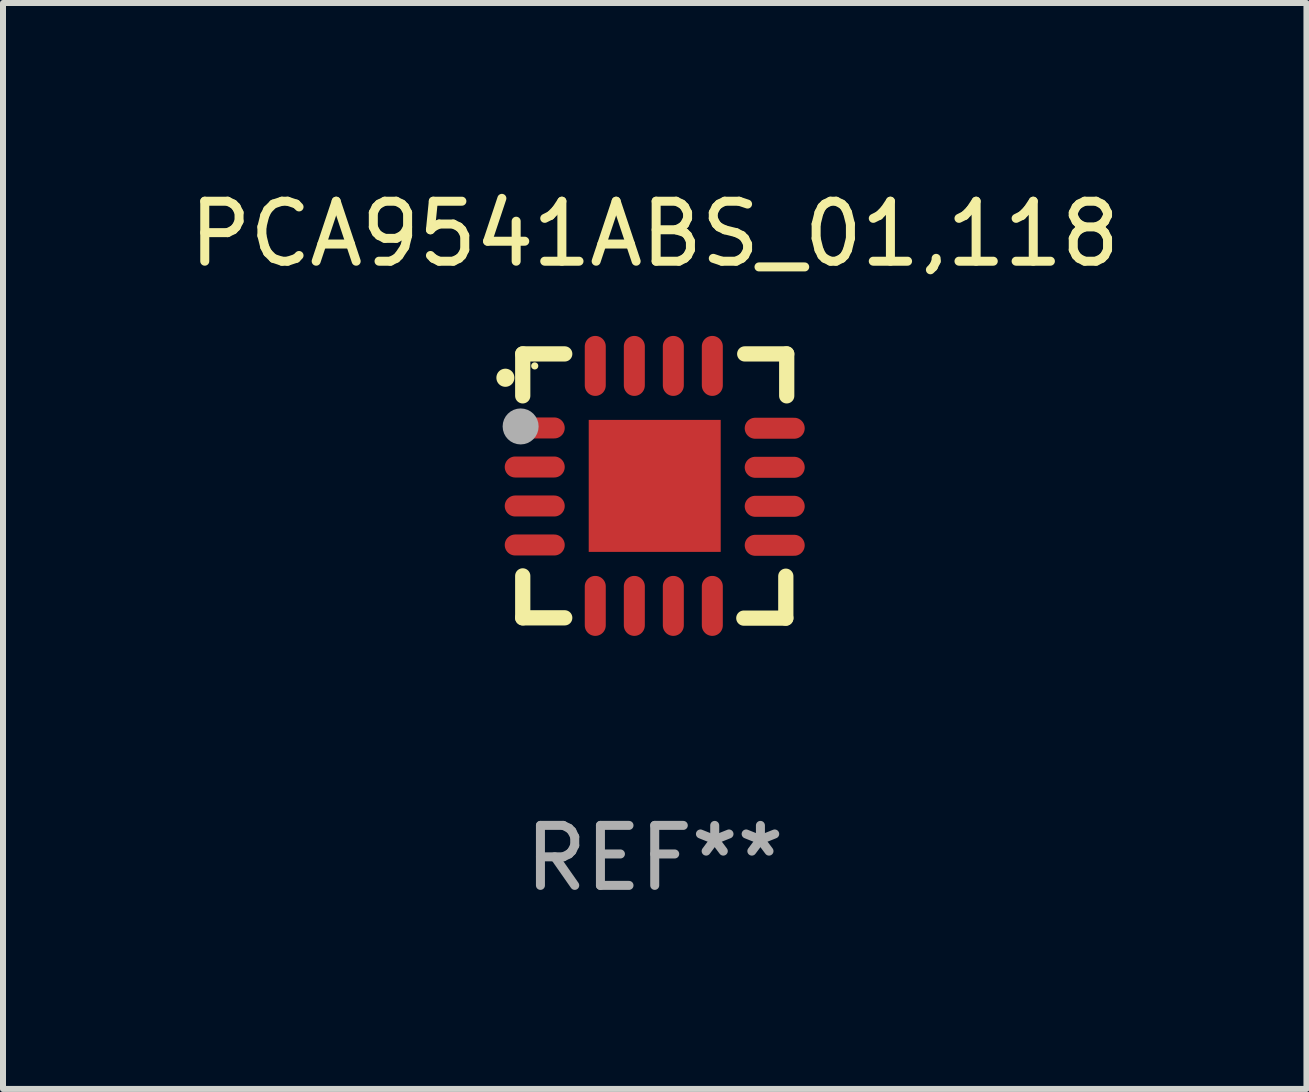
<source format=kicad_pcb>
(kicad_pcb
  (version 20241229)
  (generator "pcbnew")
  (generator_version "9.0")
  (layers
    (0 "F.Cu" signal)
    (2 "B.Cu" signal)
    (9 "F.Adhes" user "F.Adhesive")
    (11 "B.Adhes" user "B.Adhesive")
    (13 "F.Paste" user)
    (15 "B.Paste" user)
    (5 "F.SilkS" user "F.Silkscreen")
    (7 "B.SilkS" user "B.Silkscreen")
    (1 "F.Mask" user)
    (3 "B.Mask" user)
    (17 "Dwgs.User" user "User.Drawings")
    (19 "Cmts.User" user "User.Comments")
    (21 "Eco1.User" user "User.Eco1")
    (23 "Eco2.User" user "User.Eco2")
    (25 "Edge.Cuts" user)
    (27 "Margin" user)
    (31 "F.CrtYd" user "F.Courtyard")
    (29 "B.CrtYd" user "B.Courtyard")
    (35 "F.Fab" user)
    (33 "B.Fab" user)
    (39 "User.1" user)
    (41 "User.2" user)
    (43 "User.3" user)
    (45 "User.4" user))
  (footprint "PCA9541ABS_01,118"
    (layer "F.Cu")
    (at 7.863 5.051)
    (property "Reference" "PCA9541ABS_01,118" (at 0 -4.202 0) (layer "F.SilkS") (effects (font (size 1 1) (thickness 0.15))))
    (attr through_hole)
    (fp_line (start -2.2 -2.202) (end -1.5 -2.202) (stroke (width 0.254) (type solid)) (layer "F.SilkS"))
    (fp_line (start -2.2 -1.503) (end -2.2 -2.202) (stroke (width 0.254) (type solid)) (layer "F.SilkS"))
    (fp_line (start -2.2 1.498) (end -2.2 2.197) (stroke (width 0.254) (type solid)) (layer "F.SilkS"))
    (fp_line (start -2.2 2.197) (end -1.5 2.197) (stroke (width 0.254) (type solid)) (layer "F.SilkS"))
    (fp_line (start 1.485 2.202) (end 2.185 2.202) (stroke (width 0.254) (type solid)) (layer "F.SilkS"))
    (fp_line (start 2.185 2.202) (end 2.185 1.503) (stroke (width 0.254) (type solid)) (layer "F.SilkS"))
    (fp_line (start 2.2 -2.202) (end 1.5 -2.202) (stroke (width 0.254) (type solid)) (layer "F.SilkS"))
    (fp_line (start 2.2 -1.503) (end 2.2 -2.202) (stroke (width 0.254) (type solid)) (layer "F.SilkS"))
    (fp_arc (start -2.489205 -1.803404) (mid -2.48921 -1.804674) (end -2.489205 -1.805944) (stroke (width 0.3) (type solid)) (layer "F.SilkS"))
    (fp_circle (center -2 -2.002) (end -1.97 -2.002) (stroke (width 0.06) (type solid)) (fill no) (layer "F.SilkS"))
    (fp_circle (center -2.235 -0.993) (end -2.085 -0.993) (stroke (width 0.3) (type solid)) (fill no) (layer "F.Fab"))
    (fp_text user "REF**" (at 0 6.202 0) (layer "F.Fab") (effects (font (size 1 1) (thickness 0.15))))
    (pad "1" smd oval (at -2 -0.968 270) (size 0.35 1) (layers "F.Cu" "F.Mask" "F.Paste"))
    (pad "2" smd oval (at -2 -0.317 270) (size 0.35 1) (layers "F.Cu" "F.Mask" "F.Paste"))
    (pad "3" smd oval (at -2 0.333 270) (size 0.35 1) (layers "F.Cu" "F.Mask" "F.Paste"))
    (pad "4" smd oval (at -2 0.983 270) (size 0.35 1) (layers "F.Cu" "F.Mask" "F.Paste"))
    (pad "5" smd oval (at -0.991 1.998) (size 0.35 1) (layers "F.Cu" "F.Mask" "F.Paste"))
    (pad "6" smd oval (at -0.34 1.998) (size 0.35 1) (layers "F.Cu" "F.Mask" "F.Paste"))
    (pad "7" smd oval (at 0.31 1.998) (size 0.35 1) (layers "F.Cu" "F.Mask" "F.Paste"))
    (pad "8" smd oval (at 0.96 1.998) (size 0.35 1) (layers "F.Cu" "F.Mask" "F.Paste"))
    (pad "9" smd oval (at 2 0.988 270) (size 0.35 1) (layers "F.Cu" "F.Mask" "F.Paste"))
    (pad "10" smd oval (at 2 0.338 270) (size 0.35 1) (layers "F.Cu" "F.Mask" "F.Paste"))
    (pad "11" smd oval (at 2 -0.312 270) (size 0.35 1) (layers "F.Cu" "F.Mask" "F.Paste"))
    (pad "12" smd oval (at 2 -0.963 270) (size 0.35 1) (layers "F.Cu" "F.Mask" "F.Paste"))
    (pad "13" smd oval (at 0.96 -2.002) (size 0.35 1) (layers "F.Cu" "F.Mask" "F.Paste"))
    (pad "14" smd oval (at 0.31 -2.002) (size 0.35 1) (layers "F.Cu" "F.Mask" "F.Paste"))
    (pad "15" smd oval (at -0.34 -2.002) (size 0.35 1) (layers "F.Cu" "F.Mask" "F.Paste"))
    (pad "16" smd oval (at -0.991 -2.002) (size 0.35 1) (layers "F.Cu" "F.Mask" "F.Paste"))
    (pad "17" smd rect (at -0.000102 -0.002) (size 2.2 2.2) (layers "F.Cu" "F.Mask" "F.Paste")))
  (gr_rect
    (start -3 -3)
    (end 18.726 15.101)
    (stroke (width 0.1) (type default))
    (fill no)
    (layer "Edge.Cuts")))
</source>
